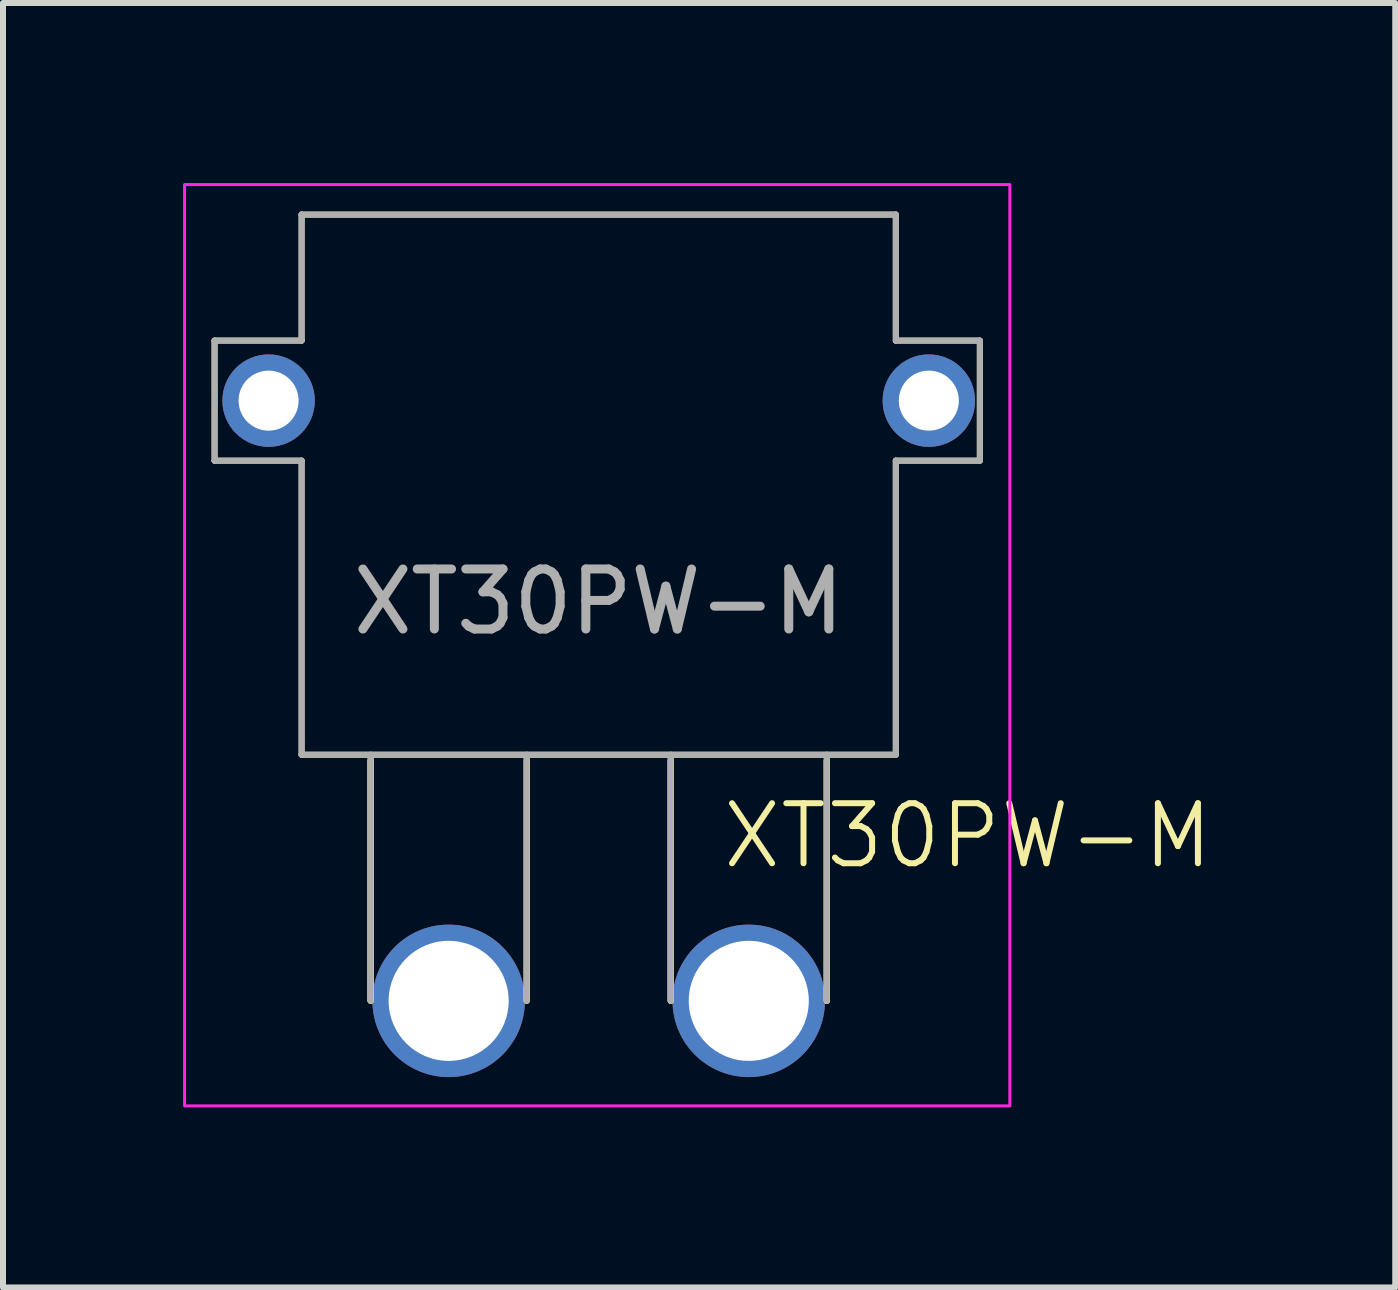
<source format=kicad_pcb>
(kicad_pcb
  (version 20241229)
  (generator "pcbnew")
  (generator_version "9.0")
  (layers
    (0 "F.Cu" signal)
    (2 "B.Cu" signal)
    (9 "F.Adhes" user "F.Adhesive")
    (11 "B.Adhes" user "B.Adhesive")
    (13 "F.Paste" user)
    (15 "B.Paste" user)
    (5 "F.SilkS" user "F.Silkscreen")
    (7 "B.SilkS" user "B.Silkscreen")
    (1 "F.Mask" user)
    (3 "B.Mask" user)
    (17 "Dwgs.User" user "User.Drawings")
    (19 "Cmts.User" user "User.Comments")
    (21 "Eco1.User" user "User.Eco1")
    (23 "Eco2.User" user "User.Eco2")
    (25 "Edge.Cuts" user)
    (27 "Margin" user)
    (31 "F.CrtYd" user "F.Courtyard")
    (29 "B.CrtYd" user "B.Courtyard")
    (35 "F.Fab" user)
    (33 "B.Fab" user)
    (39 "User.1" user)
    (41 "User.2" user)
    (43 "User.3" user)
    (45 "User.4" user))
  (footprint "XT30PW-M"
    (layer "F.Cu")
    (at 6.925 13.625)
    (property "Reference" "XT30PW-M" (at 6.15 -2.75 0) (unlocked yes) (layer "F.SilkS") (effects (font (size 1 1) (thickness 0.1))))
    (attr through_hole)
    (fp_line (start -6.4 -11) (end -6.4 -9) (stroke (width 0.1) (type default)) (layer "F.SilkS"))
    (fp_line (start -6.4 -9) (end -4.95 -9) (stroke (width 0.1) (type default)) (layer "F.SilkS"))
    (fp_line (start -4.95 -13.1) (end 4.95 -13.1) (stroke (width 0.1) (type default)) (layer "F.SilkS"))
    (fp_line (start -4.95 -11) (end -6.4 -11) (stroke (width 0.1) (type default)) (layer "F.SilkS"))
    (fp_line (start -4.95 -11) (end -4.95 -13.1) (stroke (width 0.1) (type default)) (layer "F.SilkS"))
    (fp_line (start -4.95 -9) (end -4.95 -4.1) (stroke (width 0.1) (type default)) (layer "F.SilkS"))
    (fp_line (start -3.8 0) (end -3.8 -4.1) (stroke (width 0.1) (type default)) (layer "F.SilkS"))
    (fp_line (start -3.8 0) (end -3.8 -4) (stroke (width 0.1) (type default)) (layer "F.SilkS"))
    (fp_line (start -3.8 0) (end -3.8 -4) (stroke (width 0.1) (type default)) (layer "F.SilkS"))
    (fp_line (start -1.2 0) (end -1.2 -4.1) (stroke (width 0.1) (type default)) (layer "F.SilkS"))
    (fp_line (start -1.2 0) (end -1.2 -4) (stroke (width 0.1) (type default)) (layer "F.SilkS"))
    (fp_line (start 1.2 0) (end 1.2 -4.1) (stroke (width 0.1) (type default)) (layer "F.SilkS"))
    (fp_line (start 1.2 0) (end 1.2 -4) (stroke (width 0.1) (type default)) (layer "F.SilkS"))
    (fp_line (start 1.2 0) (end 1.2 -4) (stroke (width 0.1) (type default)) (layer "F.SilkS"))
    (fp_line (start 3.8 0) (end 3.8 -4.1) (stroke (width 0.1) (type default)) (layer "F.SilkS"))
    (fp_line (start 3.8 0) (end 3.8 -4) (stroke (width 0.1) (type default)) (layer "F.SilkS"))
    (fp_line (start 3.8 0) (end 3.8 -4) (stroke (width 0.1) (type default)) (layer "F.SilkS"))
    (fp_line (start 4.95 -13.1) (end 4.95 -11) (stroke (width 0.1) (type default)) (layer "F.SilkS"))
    (fp_line (start 4.95 -11) (end 6.35 -11) (stroke (width 0.1) (type default)) (layer "F.SilkS"))
    (fp_line (start 4.95 -9) (end 4.95 -4.1) (stroke (width 0.1) (type default)) (layer "F.SilkS"))
    (fp_line (start 4.95 -4.1) (end -4.95 -4.1) (stroke (width 0.1) (type default)) (layer "F.SilkS"))
    (fp_line (start 6.35 -11) (end 6.35 -9) (stroke (width 0.1) (type default)) (layer "F.SilkS"))
    (fp_line (start 6.35 -9) (end 4.95 -9) (stroke (width 0.1) (type default)) (layer "F.SilkS"))
    (fp_rect (start -6.9 -13.6) (end 6.85 1.75) (stroke (width 0.05) (type default)) (fill no) (layer "F.CrtYd"))
    (fp_line (start -6.4 -11) (end -6.4 -9) (stroke (width 0.1) (type default)) (layer "F.Fab"))
    (fp_line (start -6.4 -9) (end -4.95 -9) (stroke (width 0.1) (type default)) (layer "F.Fab"))
    (fp_line (start -4.95 -13.1) (end 4.95 -13.1) (stroke (width 0.1) (type default)) (layer "F.Fab"))
    (fp_line (start -4.95 -11) (end -6.4 -11) (stroke (width 0.1) (type default)) (layer "F.Fab"))
    (fp_line (start -4.95 -11) (end -4.95 -13.1) (stroke (width 0.1) (type default)) (layer "F.Fab"))
    (fp_line (start -4.95 -9) (end -4.95 -4.1) (stroke (width 0.1) (type default)) (layer "F.Fab"))
    (fp_line (start -3.8 0) (end -3.8 -4.1) (stroke (width 0.1) (type default)) (layer "F.Fab"))
    (fp_line (start -1.2 0) (end -1.2 -4.1) (stroke (width 0.1) (type default)) (layer "F.Fab"))
    (fp_line (start 1.2 0) (end 1.2 -4.1) (stroke (width 0.1) (type default)) (layer "F.Fab"))
    (fp_line (start 3.8 0) (end 3.8 -4.1) (stroke (width 0.1) (type default)) (layer "F.Fab"))
    (fp_line (start 4.95 -13.1) (end 4.95 -11) (stroke (width 0.1) (type default)) (layer "F.Fab"))
    (fp_line (start 4.95 -11) (end 6.35 -11) (stroke (width 0.1) (type default)) (layer "F.Fab"))
    (fp_line (start 4.95 -9) (end 4.95 -4.1) (stroke (width 0.1) (type default)) (layer "F.Fab"))
    (fp_line (start 4.95 -4.1) (end -4.95 -4.1) (stroke (width 0.1) (type default)) (layer "F.Fab"))
    (fp_line (start 6.35 -11) (end 6.35 -9) (stroke (width 0.1) (type default)) (layer "F.Fab"))
    (fp_line (start 6.35 -9) (end 4.95 -9) (stroke (width 0.1) (type default)) (layer "F.Fab"))
    (fp_text user "${REFERENCE}" (at 0 -6.65 0) (unlocked yes) (layer "F.Fab") (effects (font (size 1 1) (thickness 0.15))))
    (pad "1" thru_hole circle (at 2.5 0) (size 2.54 2.54) (drill 2) (layers "*.Cu" "*.Mask"))
    (pad "2" thru_hole circle (at -2.5 0) (size 2.54 2.54) (drill 2) (layers "*.Cu" "*.Mask"))
    (pad "SH" thru_hole circle (at -5.5 -10) (size 1.54 1.54) (drill 1) (layers "*.Cu" "*.Mask"))
    (pad "SH" thru_hole circle (at 5.5 -10) (size 1.54 1.54) (drill 1) (layers "*.Cu" "*.Mask")))
  (gr_rect
    (start -3 -3)
    (end 20.196 18.4)
    (stroke (width 0.1) (type default))
    (fill no)
    (layer "Edge.Cuts")))
</source>
